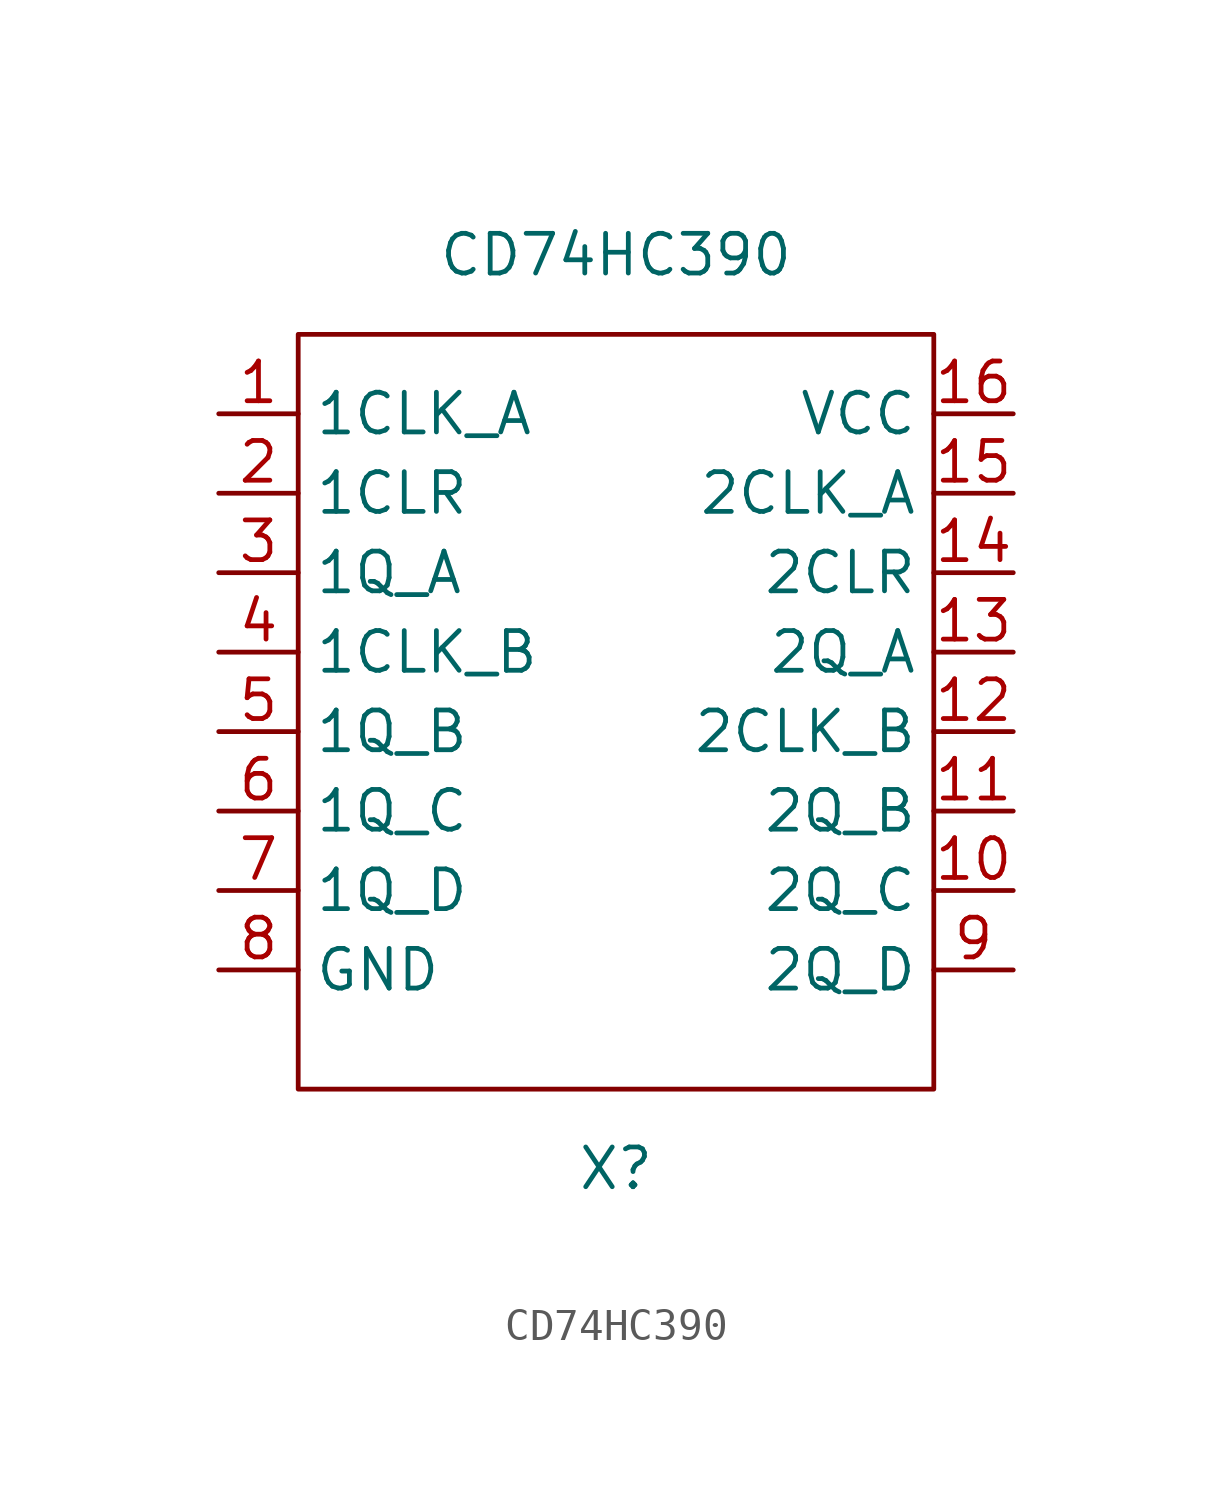
<source format=kicad_sym>
(kicad_symbol_lib
  (version 20211014)
  (generator kicad_symbol_editor)
  (symbol "CD74HC390"
    (property "Reference" "X"
      (at 0 -15.24 0)
      (effects (font (size 1.27 1.27))))
    (property "Value" "CD74HC390"
      (at 0 13.97 0)
      (effects (font (size 1.27 1.27))))
    (symbol "CD74HC390_0_1"
      (rectangle (start -10.16 11.43) (end 10.16 -12.7) (stroke (width 0) (type default) (color 0 0 0 0)) (fill (type none))))
    (symbol "CD74HC390_1_1"
      (pin input line (at -12.7 8.89 0) (length 2.54) (name "1CLK_A" (effects (font (size 1.27 1.27)))) (number "1" (effects (font (size 1.27 1.27)))))
      (pin output line (at 12.7 -6.35 180) (length 2.54) (name "2Q_C" (effects (font (size 1.27 1.27)))) (number "10" (effects (font (size 1.27 1.27)))))
      (pin output line (at 12.7 -3.81 180) (length 2.54) (name "2Q_B" (effects (font (size 1.27 1.27)))) (number "11" (effects (font (size 1.27 1.27)))))
      (pin input line (at 12.7 -1.27 180) (length 2.54) (name "2CLK_B" (effects (font (size 1.27 1.27)))) (number "12" (effects (font (size 1.27 1.27)))))
      (pin output line (at 12.7 1.27 180) (length 2.54) (name "2Q_A" (effects (font (size 1.27 1.27)))) (number "13" (effects (font (size 1.27 1.27)))))
      (pin input line (at 12.7 3.81 180) (length 2.54) (name "2CLR" (effects (font (size 1.27 1.27)))) (number "14" (effects (font (size 1.27 1.27)))))
      (pin input line (at 12.7 6.35 180) (length 2.54) (name "2CLK_A" (effects (font (size 1.27 1.27)))) (number "15" (effects (font (size 1.27 1.27)))))
      (pin input line (at 12.7 8.89 180) (length 2.54) (name "VCC" (effects (font (size 1.27 1.27)))) (number "16" (effects (font (size 1.27 1.27)))))
      (pin input line (at -12.7 6.35 0) (length 2.54) (name "1CLR" (effects (font (size 1.27 1.27)))) (number "2" (effects (font (size 1.27 1.27)))))
      (pin output line (at -12.7 3.81 0) (length 2.54) (name "1Q_A" (effects (font (size 1.27 1.27)))) (number "3" (effects (font (size 1.27 1.27)))))
      (pin input line (at -12.7 1.27 0) (length 2.54) (name "1CLK_B" (effects (font (size 1.27 1.27)))) (number "4" (effects (font (size 1.27 1.27)))))
      (pin output line (at -12.7 -1.27 0) (length 2.54) (name "1Q_B" (effects (font (size 1.27 1.27)))) (number "5" (effects (font (size 1.27 1.27)))))
      (pin output line (at -12.7 -3.81 0) (length 2.54) (name "1Q_C" (effects (font (size 1.27 1.27)))) (number "6" (effects (font (size 1.27 1.27)))))
      (pin output line (at -12.7 -6.35 0) (length 2.54) (name "1Q_D" (effects (font (size 1.27 1.27)))) (number "7" (effects (font (size 1.27 1.27)))))
      (pin input line (at -12.7 -8.89 0) (length 2.54) (name "GND" (effects (font (size 1.27 1.27)))) (number "8" (effects (font (size 1.27 1.27)))))
      (pin output line (at 12.7 -8.89 180) (length 2.54) (name "2Q_D" (effects (font (size 1.27 1.27)))) (number "9" (effects (font (size 1.27 1.27))))))))
</source>
